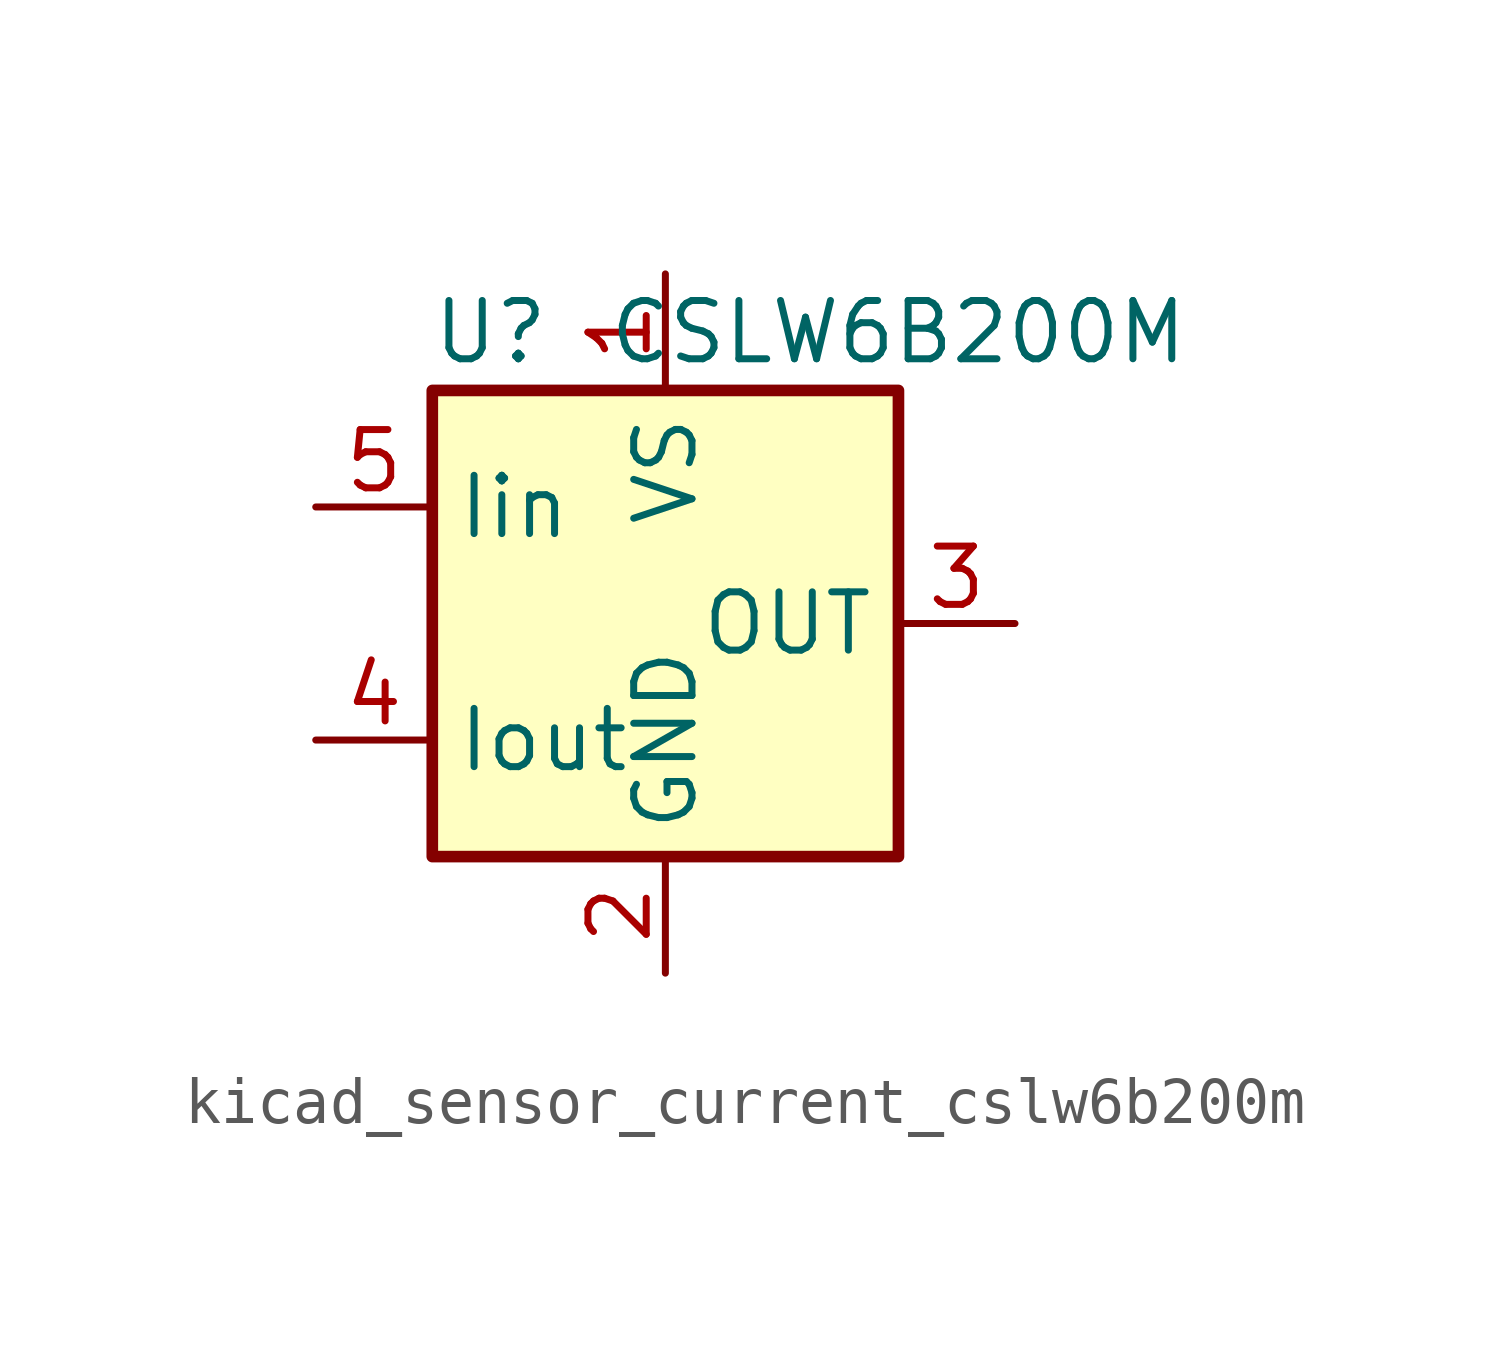
<source format=kicad_sym>
(kicad_symbol_lib
  (version 20220914)
  (generator kicad_symbol_editor)
  (symbol "kicad_sensor_current_cslw6b200m"
    (property "Reference" "U"
      (at -3.81 6.35 0)
      (effects (font (size 1.27 1.27))))
    (property "Value" "CSLW6B200M"
      (at 5.08 6.35 0)
      (effects (font (size 1.27 1.27))))
    (symbol "kicad_sensor_current_cslw6b200m_0_1"
      (rectangle (start -5.08 5.08) (end 5.08 -5.08) (stroke (width 0.254) (type default)) (fill (type background))))
    (symbol "kicad_sensor_current_cslw6b200m_1_1"
      (pin power_in line (at 0 7.62 270) (length 2.54) (name "VS" (effects (font (size 1.27 1.27)))) (number "1" (effects (font (size 1.27 1.27)))))
      (pin power_in line (at 0 -7.62 90) (length 2.54) (name "GND" (effects (font (size 1.27 1.27)))) (number "2" (effects (font (size 1.27 1.27)))))
      (pin output line (at 7.62 0 180) (length 2.54) (name "OUT" (effects (font (size 1.27 1.27)))) (number "3" (effects (font (size 1.27 1.27)))))
      (pin passive line (at -7.62 -2.54 0) (length 2.54) (name "Iout" (effects (font (size 1.27 1.27)))) (number "4" (effects (font (size 1.27 1.27)))))
      (pin passive line (at -7.62 2.54 0) (length 2.54) (name "Iin" (effects (font (size 1.27 1.27)))) (number "5" (effects (font (size 1.27 1.27))))))))
</source>
